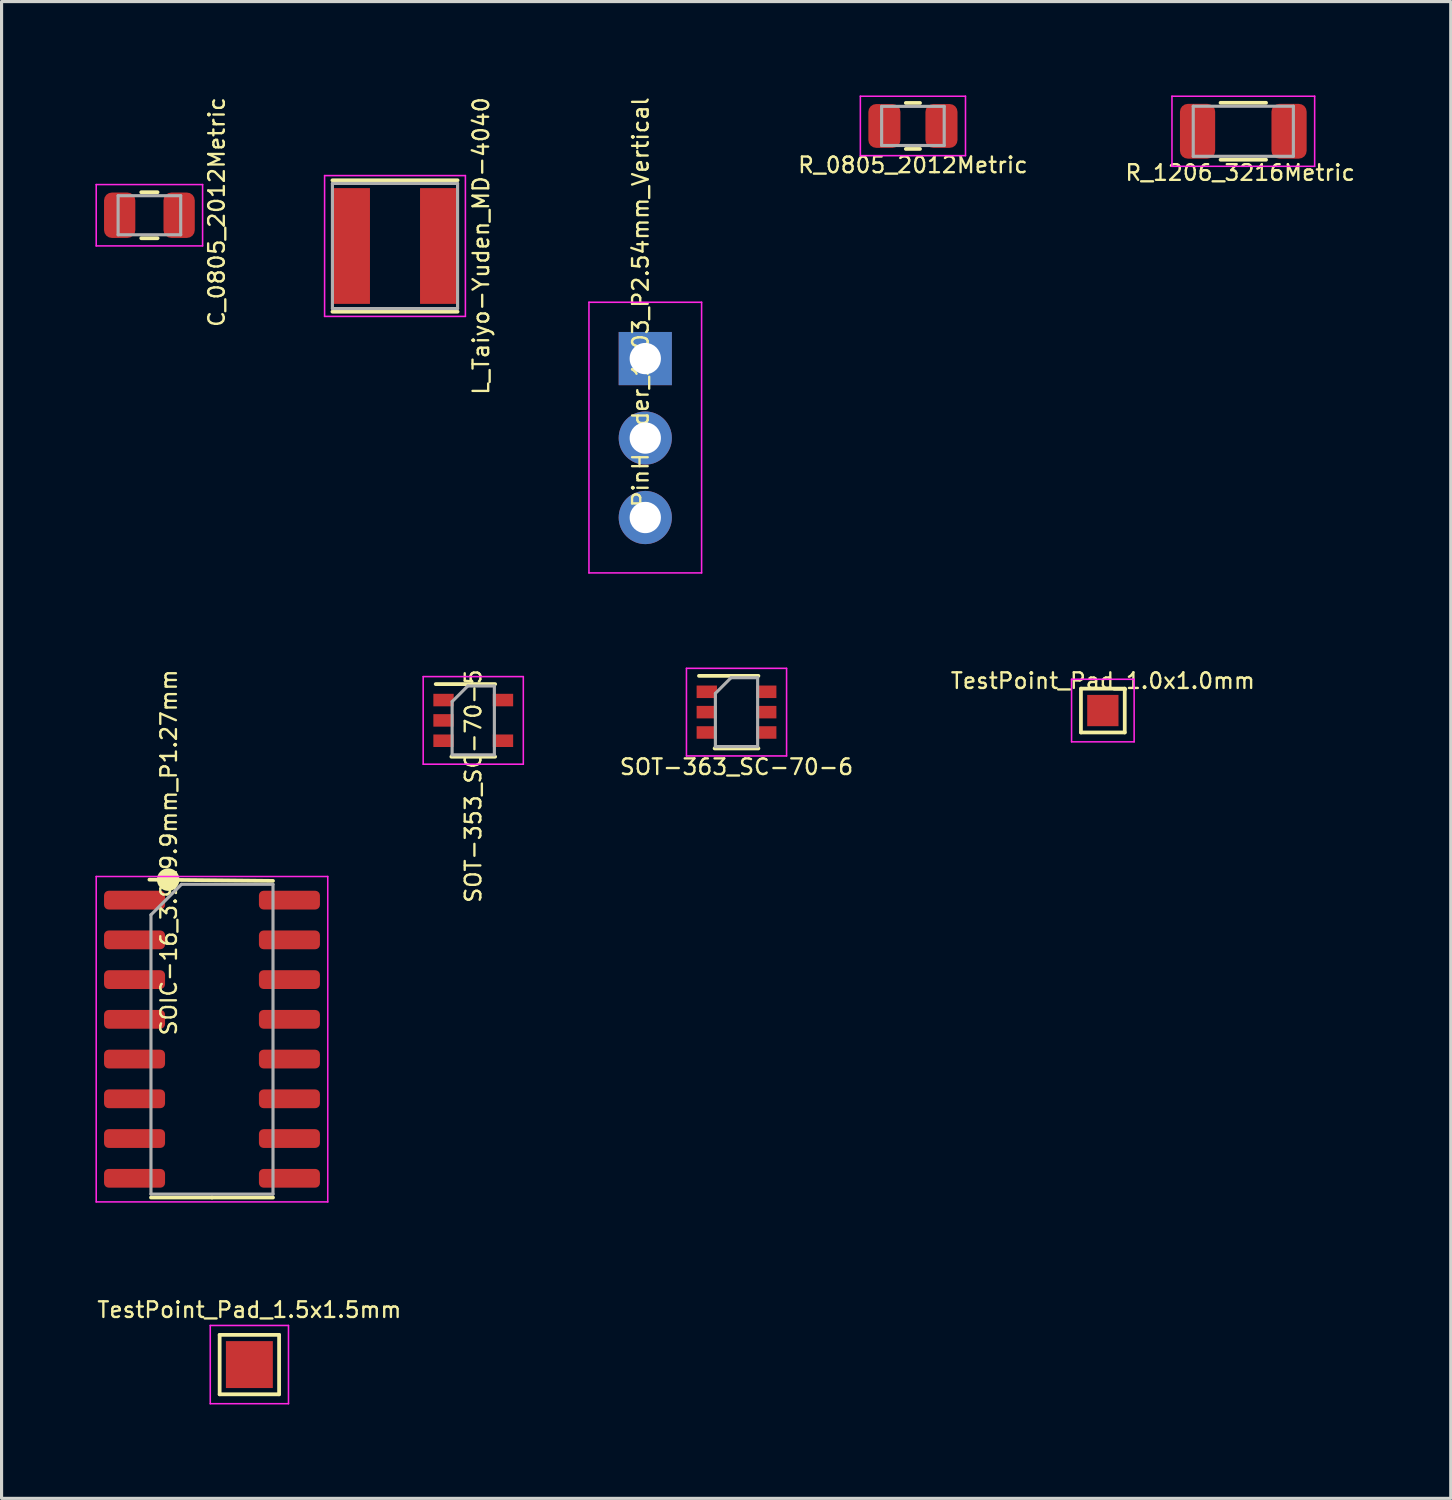
<source format=kicad_pcb>
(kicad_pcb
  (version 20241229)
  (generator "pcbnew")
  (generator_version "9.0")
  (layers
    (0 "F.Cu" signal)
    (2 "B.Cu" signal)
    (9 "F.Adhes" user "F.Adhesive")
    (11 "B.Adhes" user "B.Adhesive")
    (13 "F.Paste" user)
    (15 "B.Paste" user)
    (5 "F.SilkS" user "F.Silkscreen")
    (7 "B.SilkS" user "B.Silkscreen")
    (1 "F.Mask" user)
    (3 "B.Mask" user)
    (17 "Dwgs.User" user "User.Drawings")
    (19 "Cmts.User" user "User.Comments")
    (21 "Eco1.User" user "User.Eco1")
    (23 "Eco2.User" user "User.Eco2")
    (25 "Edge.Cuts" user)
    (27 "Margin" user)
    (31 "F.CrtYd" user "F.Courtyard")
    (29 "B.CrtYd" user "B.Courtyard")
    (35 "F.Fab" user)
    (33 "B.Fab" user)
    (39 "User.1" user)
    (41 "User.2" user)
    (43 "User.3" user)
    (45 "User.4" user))
  (footprint "L_Taiyo-Yuden_MD-4040"
    (layer "F.Cu")
    (at 9.574 4.812)
    (property "Reference" "L_Taiyo-Yuden_MD-4040" (at 2.75 0 270) (layer "F.SilkS") (effects (font (size 0.5 0.5) (thickness 0.075))))
    (attr smd)
    (fp_line (start -2 -2.1) (end 2 -2.1) (stroke (width 0.12) (type solid)) (layer "F.SilkS"))
    (fp_line (start -2 2.1) (end 2 2.1) (stroke (width 0.12) (type solid)) (layer "F.SilkS"))
    (fp_line (start -2.25 -2.25) (end -2.25 2.25) (stroke (width 0.05) (type solid)) (layer "F.CrtYd"))
    (fp_line (start -2.25 2.25) (end 2.25 2.25) (stroke (width 0.05) (type solid)) (layer "F.CrtYd"))
    (fp_line (start 2.25 -2.25) (end -2.25 -2.25) (stroke (width 0.05) (type solid)) (layer "F.CrtYd"))
    (fp_line (start 2.25 2.25) (end 2.25 -2.25) (stroke (width 0.05) (type solid)) (layer "F.CrtYd"))
    (fp_line (start -2 -2) (end -2 2) (stroke (width 0.1) (type solid)) (layer "F.Fab"))
    (fp_line (start -2 2) (end 2 2) (stroke (width 0.1) (type solid)) (layer "F.Fab"))
    (fp_line (start 2 -2) (end -2 -2) (stroke (width 0.1) (type solid)) (layer "F.Fab"))
    (fp_line (start 2 2) (end 2 -2) (stroke (width 0.1) (type solid)) (layer "F.Fab"))
    (pad "1" smd rect (at -1.4 0) (size 1.2 3.7) (layers "F.Cu" "F.Mask" "F.Paste"))
    (pad "2" smd rect (at 1.4 0) (size 1.2 3.7) (layers "F.Cu" "F.Mask" "F.Paste")))
  (footprint "SOT-353_SC-70-5"
    (layer "F.Cu")
    (at 12.075 19.974)
    (property "Reference" "SOT-353_SC-70-5" (at 0 2.1 270) (layer "F.SilkS") (effects (font (size 0.5 0.5) (thickness 0.075))))
    (attr smd)
    (fp_line (start -0.7 1.16) (end 0.7 1.16) (stroke (width 0.12) (type solid)) (layer "F.SilkS"))
    (fp_line (start 0.7 -1.16) (end -1.2 -1.16) (stroke (width 0.12) (type solid)) (layer "F.SilkS"))
    (fp_line (start -1.6 -1.4) (end -1.6 1.4) (stroke (width 0.05) (type solid)) (layer "F.CrtYd"))
    (fp_line (start -1.6 -1.4) (end 1.6 -1.4) (stroke (width 0.05) (type solid)) (layer "F.CrtYd"))
    (fp_line (start -1.6 1.4) (end 1.6 1.4) (stroke (width 0.05) (type solid)) (layer "F.CrtYd"))
    (fp_line (start 1.6 1.4) (end 1.6 -1.4) (stroke (width 0.05) (type solid)) (layer "F.CrtYd"))
    (fp_line (start -0.675 -0.6) (end -0.675 1.1) (stroke (width 0.1) (type solid)) (layer "F.Fab"))
    (fp_line (start -0.175 -1.1) (end -0.675 -0.6) (stroke (width 0.1) (type solid)) (layer "F.Fab"))
    (fp_line (start 0.675 -1.1) (end -0.175 -1.1) (stroke (width 0.1) (type solid)) (layer "F.Fab"))
    (fp_line (start 0.675 -1.1) (end 0.675 1.1) (stroke (width 0.1) (type solid)) (layer "F.Fab"))
    (fp_line (start 0.675 1.1) (end -0.675 1.1) (stroke (width 0.1) (type solid)) (layer "F.Fab"))
    (pad "1" smd rect (at -0.95 -0.65) (size 0.65 0.4) (layers "F.Cu" "F.Mask" "F.Paste"))
    (pad "2" smd rect (at -0.95 0) (size 0.65 0.4) (layers "F.Cu" "F.Mask" "F.Paste"))
    (pad "3" smd rect (at -0.95 0.65) (size 0.65 0.4) (layers "F.Cu" "F.Mask" "F.Paste"))
    (pad "4" smd rect (at 0.95 0.65) (size 0.65 0.4) (layers "F.Cu" "F.Mask" "F.Paste"))
    (pad "5" smd rect (at 0.95 -0.65) (size 0.65 0.4) (layers "F.Cu" "F.Mask" "F.Paste")))
  (footprint "TestPoint_Pad_1.0x1.0mm"
    (layer "F.Cu")
    (at 32.197 19.659)
    (property "Reference" "TestPoint_Pad_1.0x1.0mm" (at 0 -0.95 0) (layer "F.SilkS") (effects (font (size 0.5 0.5) (thickness 0.075))))
    (attr exclude_from_pos_files exclude_from_bom)
    (fp_line (start -0.7 -0.7) (end 0.7 -0.7) (stroke (width 0.12) (type solid)) (layer "F.SilkS"))
    (fp_line (start -0.7 0.7) (end -0.7 -0.7) (stroke (width 0.12) (type solid)) (layer "F.SilkS"))
    (fp_line (start 0.7 -0.7) (end 0.7 0.7) (stroke (width 0.12) (type solid)) (layer "F.SilkS"))
    (fp_line (start 0.7 0.7) (end -0.7 0.7) (stroke (width 0.12) (type solid)) (layer "F.SilkS"))
    (fp_line (start -1 -1) (end -1 1) (stroke (width 0.05) (type solid)) (layer "F.CrtYd"))
    (fp_line (start -1 -1) (end 1 -1) (stroke (width 0.05) (type solid)) (layer "F.CrtYd"))
    (fp_line (start 1 1) (end -1 1) (stroke (width 0.05) (type solid)) (layer "F.CrtYd"))
    (fp_line (start 1 1) (end 1 -1) (stroke (width 0.05) (type solid)) (layer "F.CrtYd"))
    (pad "1" smd rect (at 0 0) (size 1 1) (layers "F.Cu" "F.Mask")))
  (footprint "R_0805_2012Metric"
    (layer "F.Cu")
    (at 26.127 0.975)
    (property "Reference" "R_0805_2012Metric" (at 0 1.25 180) (layer "F.SilkS") (effects (font (size 0.5 0.5) (thickness 0.075))))
    (attr smd)
    (fp_line (start -0.227 -0.735) (end 0.227 -0.735) (stroke (width 0.12) (type solid)) (layer "F.SilkS"))
    (fp_line (start -0.227 0.735) (end 0.227 0.735) (stroke (width 0.12) (type solid)) (layer "F.SilkS"))
    (fp_line (start -1.68 -0.95) (end 1.68 -0.95) (stroke (width 0.05) (type solid)) (layer "F.CrtYd"))
    (fp_line (start -1.68 0.95) (end -1.68 -0.95) (stroke (width 0.05) (type solid)) (layer "F.CrtYd"))
    (fp_line (start 1.68 -0.95) (end 1.68 0.95) (stroke (width 0.05) (type solid)) (layer "F.CrtYd"))
    (fp_line (start 1.68 0.95) (end -1.68 0.95) (stroke (width 0.05) (type solid)) (layer "F.CrtYd"))
    (fp_line (start -1 -0.625) (end 1 -0.625) (stroke (width 0.1) (type solid)) (layer "F.Fab"))
    (fp_line (start -1 0.625) (end -1 -0.625) (stroke (width 0.1) (type solid)) (layer "F.Fab"))
    (fp_line (start 1 -0.625) (end 1 0.625) (stroke (width 0.1) (type solid)) (layer "F.Fab"))
    (fp_line (start 1 0.625) (end -1 0.625) (stroke (width 0.1) (type solid)) (layer "F.Fab"))
    (pad "1" smd roundrect (at -0.912 0) (size 1.025 1.4) (layers "F.Cu" "F.Mask" "F.Paste") (roundrect_rratio 0.244))
    (pad "2" smd roundrect (at 0.912 0) (size 1.025 1.4) (layers "F.Cu" "F.Mask" "F.Paste") (roundrect_rratio 0.244)))
  (footprint "PinHeader_1x03_P2.54mm_Vertical"
    (layer "F.Cu")
    (at 17.573 8.41)
    (property "Reference" "PinHeader_1x03_P2.54mm_Vertical" (at -0.15 -1.8 90) (layer "F.SilkS") (effects (font (size 0.5 0.5) (thickness 0.075))))
    (attr through_hole)
    (fp_line (start -1.8 -1.8) (end -1.8 6.85) (stroke (width 0.05) (type solid)) (layer "F.CrtYd"))
    (fp_line (start -1.8 6.85) (end 1.8 6.85) (stroke (width 0.05) (type solid)) (layer "F.CrtYd"))
    (fp_line (start 1.8 -1.8) (end -1.8 -1.8) (stroke (width 0.05) (type solid)) (layer "F.CrtYd"))
    (fp_line (start 1.8 6.85) (end 1.8 -1.8) (stroke (width 0.05) (type solid)) (layer "F.CrtYd"))
    (pad "1" thru_hole rect (at 0 0) (size 1.7 1.7) (drill 1) (layers "*.Cu" "*.Mask"))
    (pad "2" thru_hole oval (at 0 2.54) (size 1.7 1.7) (drill 1) (layers "*.Cu" "*.Mask"))
    (pad "3" thru_hole oval (at 0 5.08) (size 1.7 1.7) (drill 1) (layers "*.Cu" "*.Mask")))
  (footprint "SOIC-16_3.9x9.9mm_P1.27mm"
    (layer "F.Cu")
    (at 3.725 30.163)
    (property "Reference" "SOIC-16_3.9x9.9mm_P1.27mm" (at -1.38 -5.97 90) (layer "F.SilkS") (effects (font (size 0.5 0.5) (thickness 0.075))))
    (attr smd)
    (fp_line (start -2 -5.1) (end 1.95 -5.06) (stroke (width 0.12) (type solid)) (layer "F.SilkS"))
    (fp_line (start 0 5.06) (end -1.95 5.06) (stroke (width 0.12) (type solid)) (layer "F.SilkS"))
    (fp_line (start 0 5.06) (end 1.95 5.06) (stroke (width 0.12) (type solid)) (layer "F.SilkS"))
    (fp_circle (center -1.4 -5.1) (end -1.1 -5.1) (stroke (width 0.12) (type solid)) (fill yes) (layer "F.SilkS"))
    (fp_line (start -3.7 -5.2) (end -3.7 5.2) (stroke (width 0.05) (type solid)) (layer "F.CrtYd"))
    (fp_line (start -3.7 5.2) (end 3.7 5.2) (stroke (width 0.05) (type solid)) (layer "F.CrtYd"))
    (fp_line (start 3.7 -5.2) (end -3.7 -5.2) (stroke (width 0.05) (type solid)) (layer "F.CrtYd"))
    (fp_line (start 3.7 5.2) (end 3.7 -5.2) (stroke (width 0.05) (type solid)) (layer "F.CrtYd"))
    (fp_line (start -1.95 -3.975) (end -0.975 -4.95) (stroke (width 0.1) (type solid)) (layer "F.Fab"))
    (fp_line (start -1.95 4.95) (end -1.95 -3.975) (stroke (width 0.1) (type solid)) (layer "F.Fab"))
    (fp_line (start -0.975 -4.95) (end 1.95 -4.95) (stroke (width 0.1) (type solid)) (layer "F.Fab"))
    (fp_line (start 1.95 -4.95) (end 1.95 4.95) (stroke (width 0.1) (type solid)) (layer "F.Fab"))
    (fp_line (start 1.95 4.95) (end -1.95 4.95) (stroke (width 0.1) (type solid)) (layer "F.Fab"))
    (pad "1" smd roundrect (at -2.475 -4.445) (size 1.95 0.6) (layers "F.Cu" "F.Mask" "F.Paste") (roundrect_rratio 0.25))
    (pad "2" smd roundrect (at -2.475 -3.175) (size 1.95 0.6) (layers "F.Cu" "F.Mask" "F.Paste") (roundrect_rratio 0.25))
    (pad "3" smd roundrect (at -2.475 -1.905) (size 1.95 0.6) (layers "F.Cu" "F.Mask" "F.Paste") (roundrect_rratio 0.25))
    (pad "4" smd roundrect (at -2.475 -0.635) (size 1.95 0.6) (layers "F.Cu" "F.Mask" "F.Paste") (roundrect_rratio 0.25))
    (pad "5" smd roundrect (at -2.475 0.635) (size 1.95 0.6) (layers "F.Cu" "F.Mask" "F.Paste") (roundrect_rratio 0.25))
    (pad "6" smd roundrect (at -2.475 1.905) (size 1.95 0.6) (layers "F.Cu" "F.Mask" "F.Paste") (roundrect_rratio 0.25))
    (pad "7" smd roundrect (at -2.475 3.175) (size 1.95 0.6) (layers "F.Cu" "F.Mask" "F.Paste") (roundrect_rratio 0.25))
    (pad "8" smd roundrect (at -2.475 4.445) (size 1.95 0.6) (layers "F.Cu" "F.Mask" "F.Paste") (roundrect_rratio 0.25))
    (pad "9" smd roundrect (at 2.475 4.445) (size 1.95 0.6) (layers "F.Cu" "F.Mask" "F.Paste") (roundrect_rratio 0.25))
    (pad "10" smd roundrect (at 2.475 3.175) (size 1.95 0.6) (layers "F.Cu" "F.Mask" "F.Paste") (roundrect_rratio 0.25))
    (pad "11" smd roundrect (at 2.475 1.905) (size 1.95 0.6) (layers "F.Cu" "F.Mask" "F.Paste") (roundrect_rratio 0.25))
    (pad "12" smd roundrect (at 2.475 0.635) (size 1.95 0.6) (layers "F.Cu" "F.Mask" "F.Paste") (roundrect_rratio 0.25))
    (pad "13" smd roundrect (at 2.475 -0.635) (size 1.95 0.6) (layers "F.Cu" "F.Mask" "F.Paste") (roundrect_rratio 0.25))
    (pad "14" smd roundrect (at 2.475 -1.905) (size 1.95 0.6) (layers "F.Cu" "F.Mask" "F.Paste") (roundrect_rratio 0.25))
    (pad "15" smd roundrect (at 2.475 -3.175) (size 1.95 0.6) (layers "F.Cu" "F.Mask" "F.Paste") (roundrect_rratio 0.25))
    (pad "16" smd roundrect (at 2.475 -4.445) (size 1.95 0.6) (layers "F.Cu" "F.Mask" "F.Paste") (roundrect_rratio 0.25)))
  (footprint "R_1206_3216Metric"
    (layer "F.Cu")
    (at 36.686 1.145)
    (property "Reference" "R_1206_3216Metric" (at -0.1 1.325 180) (layer "F.SilkS") (effects (font (size 0.5 0.5) (thickness 0.075))))
    (attr smd)
    (fp_line (start -0.727 -0.91) (end 0.727 -0.91) (stroke (width 0.12) (type solid)) (layer "F.SilkS"))
    (fp_line (start -0.727 0.91) (end 0.727 0.91) (stroke (width 0.12) (type solid)) (layer "F.SilkS"))
    (fp_line (start -2.28 -1.12) (end 2.28 -1.12) (stroke (width 0.05) (type solid)) (layer "F.CrtYd"))
    (fp_line (start -2.28 1.12) (end -2.28 -1.12) (stroke (width 0.05) (type solid)) (layer "F.CrtYd"))
    (fp_line (start 2.28 -1.12) (end 2.28 1.12) (stroke (width 0.05) (type solid)) (layer "F.CrtYd"))
    (fp_line (start 2.28 1.12) (end -2.28 1.12) (stroke (width 0.05) (type solid)) (layer "F.CrtYd"))
    (fp_line (start -1.6 -0.8) (end 1.6 -0.8) (stroke (width 0.1) (type solid)) (layer "F.Fab"))
    (fp_line (start -1.6 0.8) (end -1.6 -0.8) (stroke (width 0.1) (type solid)) (layer "F.Fab"))
    (fp_line (start 1.6 -0.8) (end 1.6 0.8) (stroke (width 0.1) (type solid)) (layer "F.Fab"))
    (fp_line (start 1.6 0.8) (end -1.6 0.8) (stroke (width 0.1) (type solid)) (layer "F.Fab"))
    (pad "1" smd roundrect (at -1.462 0) (size 1.125 1.75) (layers "F.Cu" "F.Mask" "F.Paste") (roundrect_rratio 0.222))
    (pad "2" smd roundrect (at 1.462 0) (size 1.125 1.75) (layers "F.Cu" "F.Mask" "F.Paste") (roundrect_rratio 0.222)))
  (footprint "C_0805_2012Metric"
    (layer "F.Cu")
    (at 1.725 3.829)
    (property "Reference" "C_0805_2012Metric" (at 2.15 -0.1 270) (layer "F.SilkS") (effects (font (size 0.5 0.5) (thickness 0.075))))
    (attr smd)
    (fp_line (start -0.261 -0.735) (end 0.261 -0.735) (stroke (width 0.12) (type solid)) (layer "F.SilkS"))
    (fp_line (start -0.261 0.735) (end 0.261 0.735) (stroke (width 0.12) (type solid)) (layer "F.SilkS"))
    (fp_line (start -1.7 -0.98) (end 1.7 -0.98) (stroke (width 0.05) (type solid)) (layer "F.CrtYd"))
    (fp_line (start -1.7 0.98) (end -1.7 -0.98) (stroke (width 0.05) (type solid)) (layer "F.CrtYd"))
    (fp_line (start 1.7 -0.98) (end 1.7 0.98) (stroke (width 0.05) (type solid)) (layer "F.CrtYd"))
    (fp_line (start 1.7 0.98) (end -1.7 0.98) (stroke (width 0.05) (type solid)) (layer "F.CrtYd"))
    (fp_line (start -1 -0.625) (end 1 -0.625) (stroke (width 0.1) (type solid)) (layer "F.Fab"))
    (fp_line (start -1 0.625) (end -1 -0.625) (stroke (width 0.1) (type solid)) (layer "F.Fab"))
    (fp_line (start 1 -0.625) (end 1 0.625) (stroke (width 0.1) (type solid)) (layer "F.Fab"))
    (fp_line (start 1 0.625) (end -1 0.625) (stroke (width 0.1) (type solid)) (layer "F.Fab"))
    (pad "1" smd roundrect (at -0.95 0) (size 1 1.45) (layers "F.Cu" "F.Mask" "F.Paste") (roundrect_rratio 0.25))
    (pad "2" smd roundrect (at 0.95 0) (size 1 1.45) (layers "F.Cu" "F.Mask" "F.Paste") (roundrect_rratio 0.25)))
  (footprint "TestPoint_Pad_1.5x1.5mm"
    (layer "F.Cu")
    (at 4.92 40.562)
    (property "Reference" "TestPoint_Pad_1.5x1.5mm" (at 0 -1.75 0) (layer "F.SilkS") (effects (font (size 0.5 0.5) (thickness 0.075))))
    (attr exclude_from_pos_files exclude_from_bom)
    (fp_line (start -0.95 -0.95) (end 0.95 -0.95) (stroke (width 0.12) (type solid)) (layer "F.SilkS"))
    (fp_line (start -0.95 0.95) (end -0.95 -0.95) (stroke (width 0.12) (type solid)) (layer "F.SilkS"))
    (fp_line (start 0.95 -0.95) (end 0.95 0.95) (stroke (width 0.12) (type solid)) (layer "F.SilkS"))
    (fp_line (start 0.95 0.95) (end -0.95 0.95) (stroke (width 0.12) (type solid)) (layer "F.SilkS"))
    (fp_line (start -1.25 -1.25) (end -1.25 1.25) (stroke (width 0.05) (type solid)) (layer "F.CrtYd"))
    (fp_line (start -1.25 -1.25) (end 1.25 -1.25) (stroke (width 0.05) (type solid)) (layer "F.CrtYd"))
    (fp_line (start 1.25 1.25) (end -1.25 1.25) (stroke (width 0.05) (type solid)) (layer "F.CrtYd"))
    (fp_line (start 1.25 1.25) (end 1.25 -1.25) (stroke (width 0.05) (type solid)) (layer "F.CrtYd"))
    (pad "1" smd rect (at 0 0) (size 1.5 1.5) (layers "F.Cu" "F.Mask")))
  (footprint "SOT-363_SC-70-6"
    (layer "F.Cu")
    (at 20.489 19.71)
    (property "Reference" "SOT-363_SC-70-6" (at 0 1.75 180) (layer "F.SilkS") (effects (font (size 0.5 0.5) (thickness 0.075))))
    (attr smd)
    (fp_line (start -0.7 1.16) (end 0.7 1.16) (stroke (width 0.12) (type solid)) (layer "F.SilkS"))
    (fp_line (start 0.7 -1.16) (end -1.2 -1.16) (stroke (width 0.12) (type solid)) (layer "F.SilkS"))
    (fp_line (start -1.6 -1.4) (end -1.6 1.4) (stroke (width 0.05) (type solid)) (layer "F.CrtYd"))
    (fp_line (start -1.6 -1.4) (end 1.6 -1.4) (stroke (width 0.05) (type solid)) (layer "F.CrtYd"))
    (fp_line (start -1.6 1.4) (end 1.6 1.4) (stroke (width 0.05) (type solid)) (layer "F.CrtYd"))
    (fp_line (start 1.6 1.4) (end 1.6 -1.4) (stroke (width 0.05) (type solid)) (layer "F.CrtYd"))
    (fp_line (start -0.675 -0.6) (end -0.675 1.1) (stroke (width 0.1) (type solid)) (layer "F.Fab"))
    (fp_line (start -0.175 -1.1) (end -0.675 -0.6) (stroke (width 0.1) (type solid)) (layer "F.Fab"))
    (fp_line (start 0.675 -1.1) (end -0.175 -1.1) (stroke (width 0.1) (type solid)) (layer "F.Fab"))
    (fp_line (start 0.675 -1.1) (end 0.675 1.1) (stroke (width 0.1) (type solid)) (layer "F.Fab"))
    (fp_line (start 0.675 1.1) (end -0.675 1.1) (stroke (width 0.1) (type solid)) (layer "F.Fab"))
    (pad "1" smd rect (at -0.95 -0.65) (size 0.65 0.4) (layers "F.Cu" "F.Mask" "F.Paste"))
    (pad "2" smd rect (at -0.95 0) (size 0.65 0.4) (layers "F.Cu" "F.Mask" "F.Paste"))
    (pad "3" smd rect (at -0.95 0.65) (size 0.65 0.4) (layers "F.Cu" "F.Mask" "F.Paste"))
    (pad "4" smd rect (at 0.95 0.65) (size 0.65 0.4) (layers "F.Cu" "F.Mask" "F.Paste"))
    (pad "5" smd rect (at 0.95 0) (size 0.65 0.4) (layers "F.Cu" "F.Mask" "F.Paste"))
    (pad "6" smd rect (at 0.95 -0.65) (size 0.65 0.4) (layers "F.Cu" "F.Mask" "F.Paste")))
  (gr_rect
    (start -3 -3)
    (end 43.315 44.837)
    (stroke (width 0.1) (type default))
    (fill no)
    (layer "Edge.Cuts")))
</source>
